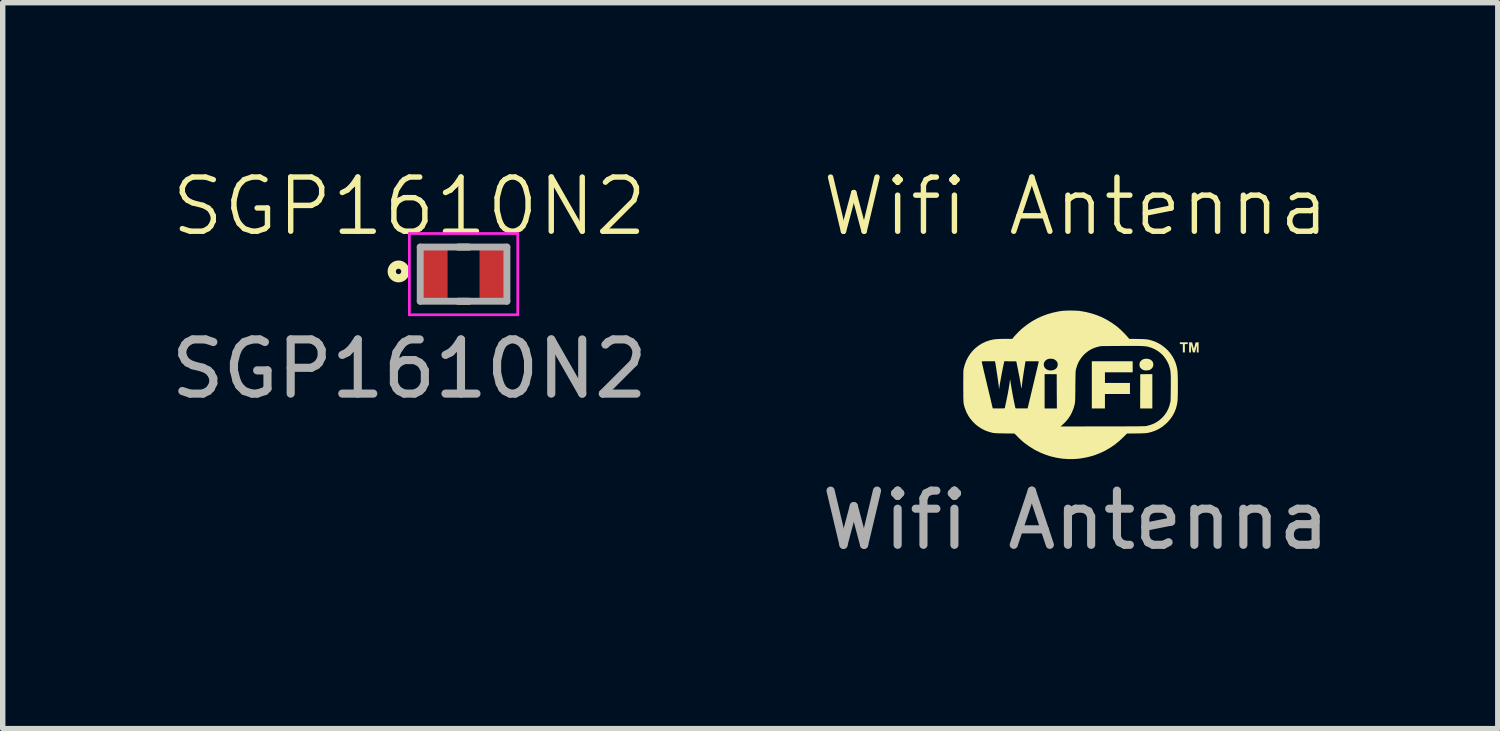
<source format=kicad_pcb>
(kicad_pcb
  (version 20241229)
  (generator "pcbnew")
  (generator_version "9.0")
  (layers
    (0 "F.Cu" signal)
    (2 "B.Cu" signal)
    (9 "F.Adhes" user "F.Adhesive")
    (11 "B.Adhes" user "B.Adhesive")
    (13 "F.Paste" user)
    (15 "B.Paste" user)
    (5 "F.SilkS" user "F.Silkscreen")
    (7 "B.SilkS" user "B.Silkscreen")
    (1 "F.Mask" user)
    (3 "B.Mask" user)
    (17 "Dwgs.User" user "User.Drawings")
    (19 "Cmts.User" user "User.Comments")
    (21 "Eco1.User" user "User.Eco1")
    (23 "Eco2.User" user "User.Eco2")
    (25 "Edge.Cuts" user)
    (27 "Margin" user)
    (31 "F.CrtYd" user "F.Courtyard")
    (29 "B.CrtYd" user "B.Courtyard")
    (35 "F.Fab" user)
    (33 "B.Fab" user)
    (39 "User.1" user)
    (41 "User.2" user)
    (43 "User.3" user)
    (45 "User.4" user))
  (footprint "Wifi Antenna"
    (layer "F.Cu")
    (at 16.804 4.051)
    (property "Reference" "Wifi Antenna" (at 0 -3.29 0) (unlocked yes) (layer "F.SilkS") (effects (font (size 1 1) (thickness 0.1))))
    (fp_poly (pts (xy 1.415 0.121) (xy 1.415 0.438) (xy 1.302 0.438) (xy 1.19 0.438) (xy 1.191 0.122) (xy 1.192 -0.194) (xy 1.304 -0.195) (xy 1.415 -0.196)) (stroke (width 0) (type solid)) (fill yes) (layer "F.SilkS"))
    (fp_poly (pts (xy 2.069 -0.767) (xy 2.069 -0.75) (xy 2.042 -0.75) (xy 2.015 -0.75) (xy 2.015 -0.673) (xy 2.015 -0.596) (xy 1.996 -0.596) (xy 1.978 -0.596) (xy 1.978 -0.673) (xy 1.978 -0.75) (xy 1.95 -0.75) (xy 1.923 -0.75) (xy 1.923 -0.767) (xy 1.923 -0.783) (xy 1.996 -0.783) (xy 2.069 -0.783)) (stroke (width 0) (type solid)) (fill yes) (layer "F.SilkS"))
    (fp_poly (pts (xy 1.052 -0.331) (xy 1.052 -0.229) (xy 0.796 -0.229) (xy 0.54 -0.229) (xy 0.54 -0.131) (xy 0.54 -0.033) (xy 0.771 -0.033) (xy 1.002 -0.033) (xy 1.002 0.069) (xy 1.002 0.171) (xy 0.771 0.171) (xy 0.54 0.171) (xy 0.54 0.304) (xy 0.54 0.438) (xy 0.419 0.438) (xy 0.298 0.438) (xy 0.298 0.002) (xy 0.298 -0.433) (xy 0.675 -0.433) (xy 1.052 -0.433)) (stroke (width 0) (type solid)) (fill yes) (layer "F.SilkS"))
    (fp_poly (pts (xy 1.344 -0.476) (xy 1.372 -0.467) (xy 1.395 -0.453) (xy 1.414 -0.434) (xy 1.419 -0.428) (xy 1.43 -0.402) (xy 1.434 -0.375) (xy 1.431 -0.348) (xy 1.421 -0.323) (xy 1.405 -0.301) (xy 1.384 -0.283) (xy 1.368 -0.275) (xy 1.346 -0.268) (xy 1.32 -0.265) (xy 1.293 -0.264) (xy 1.268 -0.266) (xy 1.259 -0.268) (xy 1.232 -0.28) (xy 1.208 -0.298) (xy 1.192 -0.316) (xy 1.185 -0.328) (xy 1.181 -0.34) (xy 1.179 -0.355) (xy 1.178 -0.363) (xy 1.179 -0.391) (xy 1.185 -0.414) (xy 1.198 -0.434) (xy 1.208 -0.445) (xy 1.23 -0.462) (xy 1.256 -0.473) (xy 1.285 -0.479) (xy 1.315 -0.48)) (stroke (width 0) (type solid)) (fill yes) (layer "F.SilkS"))
    (fp_poly (pts (xy 2.269 -0.69) (xy 2.269 -0.596) (xy 2.252 -0.596) (xy 2.236 -0.596) (xy 2.235 -0.664) (xy 2.235 -0.731) (xy 2.218 -0.663) (xy 2.201 -0.595) (xy 2.182 -0.597) (xy 2.163 -0.598) (xy 2.146 -0.665) (xy 2.128 -0.731) (xy 2.128 -0.664) (xy 2.127 -0.596) (xy 2.111 -0.596) (xy 2.094 -0.596) (xy 2.094 -0.69) (xy 2.094 -0.784) (xy 2.122 -0.782) (xy 2.15 -0.781) (xy 2.165 -0.724) (xy 2.17 -0.703) (xy 2.175 -0.686) (xy 2.179 -0.674) (xy 2.182 -0.667) (xy 2.182 -0.667) (xy 2.184 -0.67) (xy 2.187 -0.681) (xy 2.192 -0.697) (xy 2.197 -0.716) (xy 2.199 -0.724) (xy 2.213 -0.781) (xy 2.241 -0.782) (xy 2.269 -0.784)) (stroke (width 0) (type solid)) (fill yes) (layer "F.SilkS"))
    (fp_poly (pts (xy -0.038 -1.368) (xy 0.002 -1.367) (xy 0.038 -1.365) (xy 0.069 -1.363) (xy 0.081 -1.361) (xy 0.191 -1.342) (xy 0.296 -1.315) (xy 0.397 -1.282) (xy 0.494 -1.241) (xy 0.586 -1.193) (xy 0.675 -1.137) (xy 0.761 -1.075) (xy 0.792 -1.049) (xy 0.811 -1.032) (xy 0.834 -1.011) (xy 0.859 -0.987) (xy 0.885 -0.961) (xy 0.909 -0.936) (xy 0.932 -0.912) (xy 0.95 -0.892) (xy 0.96 -0.881) (xy 0.988 -0.847) (xy 1.136 -0.845) (xy 1.181 -0.844) (xy 1.219 -0.843) (xy 1.251 -0.842) (xy 1.279 -0.84) (xy 1.302 -0.838) (xy 1.323 -0.836) (xy 1.343 -0.832) (xy 1.362 -0.828) (xy 1.382 -0.823) (xy 1.39 -0.821) (xy 1.459 -0.798) (xy 1.525 -0.767) (xy 1.587 -0.73) (xy 1.644 -0.687) (xy 1.696 -0.639) (xy 1.743 -0.585) (xy 1.784 -0.527) (xy 1.818 -0.465) (xy 1.846 -0.399) (xy 1.866 -0.33) (xy 1.869 -0.315) (xy 1.873 -0.297) (xy 1.876 -0.279) (xy 1.878 -0.26) (xy 1.88 -0.239) (xy 1.882 -0.216) (xy 1.883 -0.189) (xy 1.884 -0.158) (xy 1.885 -0.123) (xy 1.886 -0.081) (xy 1.886 -0.033) (xy 1.886 0.022) (xy 1.886 0.027) (xy 1.886 0.083) (xy 1.886 0.132) (xy 1.885 0.174) (xy 1.884 0.21) (xy 1.883 0.241) (xy 1.882 0.268) (xy 1.881 0.291) (xy 1.878 0.312) (xy 1.876 0.332) (xy 1.873 0.35) (xy 1.869 0.368) (xy 1.869 0.37) (xy 1.851 0.439) (xy 1.825 0.505) (xy 1.792 0.568) (xy 1.752 0.627) (xy 1.706 0.682) (xy 1.655 0.731) (xy 1.599 0.776) (xy 1.539 0.814) (xy 1.474 0.846) (xy 1.406 0.87) (xy 1.388 0.875) (xy 1.369 0.88) (xy 1.352 0.884) (xy 1.335 0.888) (xy 1.318 0.891) (xy 1.299 0.893) (xy 1.277 0.895) (xy 1.252 0.896) (xy 1.222 0.897) (xy 1.187 0.898) (xy 1.145 0.898) (xy 1.118 0.899) (xy 0.947 0.901) (xy 0.882 0.966) (xy 0.803 1.04) (xy 0.72 1.107) (xy 0.633 1.166) (xy 0.543 1.218) (xy 0.448 1.263) (xy 0.349 1.301) (xy 0.328 1.308) (xy 0.237 1.333) (xy 0.144 1.352) (xy 0.049 1.366) (xy -0.046 1.372) (xy -0.138 1.372) (xy -0.143 1.372) (xy -0.251 1.364) (xy -0.357 1.347) (xy -0.46 1.323) (xy -0.561 1.29) (xy -0.659 1.25) (xy -0.754 1.202) (xy -0.846 1.146) (xy -0.934 1.083) (xy -0.954 1.068) (xy -0.971 1.054) (xy -0.993 1.035) (xy -1.016 1.013) (xy -1.041 0.99) (xy -1.063 0.968) (xy -1.065 0.966) (xy -1.13 0.901) (xy -1.307 0.899) (xy -1.354 0.898) (xy -1.393 0.897) (xy -1.427 0.897) (xy -1.455 0.895) (xy -1.479 0.894) (xy -1.499 0.892) (xy -1.518 0.89) (xy -1.535 0.887) (xy -1.552 0.883) (xy -1.57 0.878) (xy -1.59 0.873) (xy -1.591 0.873) (xy -1.66 0.849) (xy -1.725 0.818) (xy -1.786 0.78) (xy -1.798 0.771) (xy -0.279 0.771) (xy 0.498 0.769) (xy 0.594 0.769) (xy 0.681 0.769) (xy 0.76 0.769) (xy 0.833 0.769) (xy 0.898 0.769) (xy 0.957 0.768) (xy 1.01 0.768) (xy 1.057 0.768) (xy 1.099 0.768) (xy 1.135 0.768) (xy 1.167 0.767) (xy 1.195 0.767) (xy 1.218 0.766) (xy 1.238 0.766) (xy 1.255 0.766) (xy 1.269 0.765) (xy 1.28 0.764) (xy 1.289 0.764) (xy 1.297 0.763) (xy 1.303 0.762) (xy 1.308 0.762) (xy 1.309 0.761) (xy 1.377 0.743) (xy 1.441 0.719) (xy 1.499 0.687) (xy 1.553 0.648) (xy 1.596 0.61) (xy 1.639 0.562) (xy 1.675 0.51) (xy 1.705 0.455) (xy 1.728 0.395) (xy 1.745 0.332) (xy 1.747 0.324) (xy 1.749 0.315) (xy 1.75 0.305) (xy 1.751 0.294) (xy 1.752 0.28) (xy 1.753 0.263) (xy 1.753 0.243) (xy 1.754 0.217) (xy 1.754 0.187) (xy 1.755 0.15) (xy 1.755 0.106) (xy 1.756 0.063) (xy 1.756 0.005) (xy 1.756 -0.047) (xy 1.756 -0.091) (xy 1.756 -0.13) (xy 1.755 -0.163) (xy 1.754 -0.191) (xy 1.752 -0.216) (xy 1.75 -0.237) (xy 1.748 -0.256) (xy 1.745 -0.274) (xy 1.742 -0.291) (xy 1.738 -0.305) (xy 1.718 -0.369) (xy 1.69 -0.429) (xy 1.656 -0.485) (xy 1.616 -0.536) (xy 1.57 -0.581) (xy 1.518 -0.621) (xy 1.462 -0.654) (xy 1.402 -0.681) (xy 1.345 -0.698) (xy 1.333 -0.701) (xy 1.32 -0.704) (xy 1.306 -0.707) (xy 1.292 -0.709) (xy 1.276 -0.71) (xy 1.258 -0.712) (xy 1.237 -0.713) (xy 1.212 -0.714) (xy 1.184 -0.715) (xy 1.152 -0.716) (xy 1.114 -0.716) (xy 1.071 -0.716) (xy 1.021 -0.716) (xy 0.965 -0.716) (xy 0.902 -0.716) (xy 0.84 -0.716) (xy 0.776 -0.715) (xy 0.72 -0.715) (xy 0.671 -0.715) (xy 0.628 -0.714) (xy 0.592 -0.714) (xy 0.561 -0.714) (xy 0.535 -0.713) (xy 0.513 -0.713) (xy 0.496 -0.712) (xy 0.481 -0.712) (xy 0.469 -0.711) (xy 0.459 -0.71) (xy 0.451 -0.709) (xy 0.443 -0.708) (xy 0.436 -0.706) (xy 0.432 -0.705) (xy 0.377 -0.691) (xy 0.327 -0.673) (xy 0.279 -0.65) (xy 0.232 -0.621) (xy 0.18 -0.581) (xy 0.134 -0.535) (xy 0.094 -0.484) (xy 0.059 -0.428) (xy 0.032 -0.368) (xy 0.011 -0.304) (xy 0.006 -0.284) (xy 0.004 -0.276) (xy 0.003 -0.268) (xy 0.001 -0.259) (xy 0.000287 -0.249) (xy -0.001 -0.237) (xy -0.002 -0.222) (xy -0.002 -0.204) (xy -0.003 -0.182) (xy -0.003 -0.156) (xy -0.004 -0.124) (xy -0.004 -0.086) (xy -0.005 -0.042) (xy -0.006 0.01) (xy -0.006 0.037) (xy -0.006 0.093) (xy -0.007 0.141) (xy -0.007 0.182) (xy -0.008 0.216) (xy -0.008 0.245) (xy -0.009 0.269) (xy -0.01 0.289) (xy -0.011 0.305) (xy -0.011 0.318) (xy -0.012 0.329) (xy -0.014 0.339) (xy -0.015 0.347) (xy -0.017 0.355) (xy -0.018 0.36) (xy -0.038 0.434) (xy -0.066 0.504) (xy -0.1 0.57) (xy -0.14 0.63) (xy -0.188 0.686) (xy -0.193 0.691) (xy -0.21 0.708) (xy -0.228 0.725) (xy -0.244 0.74) (xy -0.254 0.749) (xy -0.279 0.771) (xy -1.798 0.771) (xy -1.843 0.736) (xy -1.895 0.686) (xy -1.942 0.631) (xy -1.982 0.572) (xy -2.016 0.508) (xy -2.042 0.44) (xy -2.043 0.438) (xy -2.049 0.42) (xy -2.054 0.404) (xy -2.058 0.389) (xy -2.062 0.374) (xy -2.065 0.359) (xy -2.068 0.343) (xy -2.07 0.325) (xy -2.071 0.304) (xy -2.072 0.28) (xy -2.073 0.253) (xy -2.074 0.22) (xy -2.074 0.182) (xy -2.074 0.138) (xy -2.075 0.088) (xy -2.075 0.029) (xy -2.075 0.023) (xy -2.075 -0.033) (xy -2.075 -0.081) (xy -2.074 -0.121) (xy -2.074 -0.156) (xy -2.074 -0.185) (xy -2.074 -0.209) (xy -2.073 -0.229) (xy -2.073 -0.245) (xy -2.072 -0.258) (xy -2.071 -0.269) (xy -2.07 -0.278) (xy -2.069 -0.287) (xy -2.067 -0.295) (xy -2.065 -0.304) (xy -2.045 -0.377) (xy -2.026 -0.428) (xy -1.735 -0.428) (xy -1.734 -0.423) (xy -1.731 -0.411) (xy -1.727 -0.391) (xy -1.721 -0.366) (xy -1.713 -0.334) (xy -1.705 -0.297) (xy -1.695 -0.254) (xy -1.684 -0.208) (xy -1.672 -0.158) (xy -1.659 -0.104) (xy -1.646 -0.048) (xy -1.633 0.006) (xy -1.619 0.064) (xy -1.606 0.12) (xy -1.593 0.173) (xy -1.581 0.223) (xy -1.57 0.268) (xy -1.561 0.31) (xy -1.552 0.346) (xy -1.545 0.377) (xy -1.539 0.402) (xy -1.534 0.421) (xy -1.532 0.432) (xy -1.531 0.436) (xy -1.527 0.436) (xy -1.516 0.437) (xy -1.498 0.437) (xy -1.476 0.437) (xy -1.449 0.437) (xy -1.421 0.438) (xy -1.387 0.437) (xy -1.362 0.437) (xy -1.342 0.437) (xy -1.328 0.436) (xy -1.319 0.436) (xy -1.313 0.434) (xy -1.31 0.433) (xy -1.308 0.431) (xy -1.308 0.43) (xy -1.306 0.423) (xy -1.303 0.409) (xy -1.299 0.388) (xy -1.294 0.363) (xy -1.288 0.335) (xy -1.281 0.304) (xy -1.275 0.273) (xy -1.268 0.241) (xy -1.262 0.21) (xy -1.256 0.181) (xy -1.251 0.156) (xy -1.247 0.136) (xy -1.246 0.126) (xy -1.24 0.096) (xy -1.235 0.065) (xy -1.23 0.034) (xy -1.225 0.004) (xy -1.221 -0.023) (xy -1.218 -0.047) (xy -1.215 -0.065) (xy -1.214 -0.077) (xy -1.214 -0.08) (xy -1.213 -0.089) (xy -1.212 -0.092) (xy -1.209 -0.088) (xy -1.206 -0.079) (xy -1.204 -0.065) (xy -1.204 -0.064) (xy -1.202 -0.046) (xy -1.198 -0.021) (xy -1.193 0.009) (xy -1.187 0.044) (xy -1.181 0.083) (xy -1.173 0.124) (xy -1.166 0.166) (xy -1.158 0.209) (xy -1.15 0.251) (xy -1.142 0.291) (xy -1.134 0.329) (xy -1.127 0.362) (xy -1.121 0.391) (xy -1.116 0.414) (xy -1.112 0.429) (xy -1.112 0.43) (xy -1.11 0.432) (xy -1.108 0.434) (xy -1.102 0.435) (xy -1.094 0.436) (xy -1.08 0.437) (xy -1.062 0.437) (xy -1.037 0.437) (xy -1.005 0.437) (xy -0.998 0.437) (xy -0.887 0.437) (xy -0.785 0.009) (xy -0.771 -0.049) (xy -0.758 -0.105) (xy -0.745 -0.159) (xy -0.736 -0.196) (xy -0.573 -0.196) (xy -0.573 0.121) (xy -0.573 0.438) (xy -0.46 0.438) (xy -0.347 0.438) (xy -0.349 0.122) (xy -0.35 -0.194) (xy -0.461 -0.195) (xy -0.573 -0.196) (xy -0.736 -0.196) (xy -0.733 -0.209) (xy -0.722 -0.255) (xy -0.712 -0.297) (xy -0.704 -0.334) (xy -0.696 -0.365) (xy -0.694 -0.374) (xy -0.589 -0.374) (xy -0.586 -0.347) (xy -0.576 -0.323) (xy -0.561 -0.302) (xy -0.54 -0.285) (xy -0.515 -0.272) (xy -0.486 -0.265) (xy -0.455 -0.263) (xy -0.421 -0.268) (xy -0.417 -0.269) (xy -0.387 -0.28) (xy -0.364 -0.297) (xy -0.346 -0.318) (xy -0.335 -0.343) (xy -0.331 -0.371) (xy -0.335 -0.401) (xy -0.335 -0.403) (xy -0.345 -0.424) (xy -0.361 -0.444) (xy -0.382 -0.46) (xy -0.405 -0.472) (xy -0.408 -0.473) (xy -0.437 -0.479) (xy -0.469 -0.48) (xy -0.499 -0.477) (xy -0.514 -0.473) (xy -0.536 -0.462) (xy -0.556 -0.447) (xy -0.572 -0.428) (xy -0.583 -0.408) (xy -0.585 -0.403) (xy -0.589 -0.374) (xy -0.694 -0.374) (xy -0.69 -0.391) (xy -0.685 -0.41) (xy -0.683 -0.422) (xy -0.682 -0.426) (xy -0.682 -0.428) (xy -0.683 -0.43) (xy -0.687 -0.431) (xy -0.695 -0.432) (xy -0.706 -0.433) (xy -0.723 -0.433) (xy -0.745 -0.433) (xy -0.775 -0.433) (xy -0.803 -0.433) (xy -0.926 -0.433) (xy -0.928 -0.42) (xy -0.931 -0.402) (xy -0.936 -0.377) (xy -0.94 -0.347) (xy -0.946 -0.312) (xy -0.952 -0.275) (xy -0.958 -0.235) (xy -0.964 -0.195) (xy -0.97 -0.156) (xy -0.975 -0.119) (xy -0.98 -0.086) (xy -0.984 -0.057) (xy -0.987 -0.035) (xy -0.987 -0.031) (xy -0.992 0.003) (xy -0.995 0.029) (xy -0.998 0.048) (xy -1 0.06) (xy -1.002 0.067) (xy -1.003 0.068) (xy -1.004 0.065) (xy -1.005 0.058) (xy -1.007 0.048) (xy -1.012 0.013) (xy -1.018 -0.029) (xy -1.027 -0.078) (xy -1.036 -0.133) (xy -1.048 -0.192) (xy -1.06 -0.255) (xy -1.065 -0.281) (xy -1.096 -0.431) (xy -1.207 -0.432) (xy -1.318 -0.433) (xy -1.322 -0.412) (xy -1.332 -0.367) (xy -1.342 -0.321) (xy -1.351 -0.272) (xy -1.361 -0.223) (xy -1.37 -0.175) (xy -1.379 -0.128) (xy -1.387 -0.084) (xy -1.394 -0.043) (xy -1.4 -0.008) (xy -1.405 0.023) (xy -1.408 0.046) (xy -1.408 0.052) (xy -1.41 0.066) (xy -1.411 0.075) (xy -1.412 0.078) (xy -1.413 0.074) (xy -1.415 0.063) (xy -1.417 0.048) (xy -1.418 0.035) (xy -1.421 0.015) (xy -1.424 -0.012) (xy -1.429 -0.044) (xy -1.434 -0.079) (xy -1.439 -0.118) (xy -1.445 -0.158) (xy -1.451 -0.199) (xy -1.457 -0.239) (xy -1.463 -0.278) (xy -1.469 -0.315) (xy -1.474 -0.349) (xy -1.479 -0.378) (xy -1.483 -0.401) (xy -1.486 -0.418) (xy -1.487 -0.424) (xy -1.489 -0.433) (xy -1.612 -0.433) (xy -1.648 -0.433) (xy -1.677 -0.433) (xy -1.699 -0.433) (xy -1.715 -0.432) (xy -1.726 -0.431) (xy -1.732 -0.43) (xy -1.735 -0.429) (xy -1.735 -0.428) (xy -2.026 -0.428) (xy -2.018 -0.447) (xy -1.985 -0.512) (xy -1.945 -0.573) (xy -1.899 -0.629) (xy -1.847 -0.679) (xy -1.791 -0.723) (xy -1.73 -0.761) (xy -1.664 -0.793) (xy -1.594 -0.817) (xy -1.548 -0.829) (xy -1.524 -0.834) (xy -1.498 -0.838) (xy -1.469 -0.841) (xy -1.436 -0.843) (xy -1.398 -0.845) (xy -1.354 -0.846) (xy -1.303 -0.846) (xy -1.293 -0.846) (xy -1.17 -0.846) (xy -1.143 -0.88) (xy -1.124 -0.902) (xy -1.1 -0.928) (xy -1.073 -0.956) (xy -1.045 -0.985) (xy -1.017 -1.011) (xy -0.992 -1.034) (xy -0.982 -1.042) (xy -0.897 -1.109) (xy -0.809 -1.169) (xy -0.718 -1.22) (xy -0.623 -1.264) (xy -0.525 -1.301) (xy -0.423 -1.33) (xy -0.317 -1.353) (xy -0.264 -1.361) (xy -0.237 -1.364) (xy -0.203 -1.366) (xy -0.165 -1.368) (xy -0.123 -1.369) (xy -0.08 -1.369)) (stroke (width 0) (type solid)) (fill yes) (layer "F.SilkS"))
    (fp_text user "${REFERENCE}" (at 0 2.5 0) (unlocked yes) (layer "F.Fab") (effects (font (size 1 1) (thickness 0.15)))))
  (footprint "SGP1610N2"
    (layer "F.Cu")
    (at 5.506 2.01)
    (property "Reference" "SGP1610N2" (at -1 -1.25 0) (unlocked yes) (layer "F.SilkS") (effects (font (size 1 1) (thickness 0.1))))
    (attr smd)
    (fp_line (start -0.1 -0.5) (end 0.1 -0.5) (stroke (width 0.127) (type solid)) (layer "F.SilkS"))
    (fp_line (start -0.1 0.5) (end 0.1 0.5) (stroke (width 0.127) (type solid)) (layer "F.SilkS"))
    (fp_circle (center -1.2 -0.05) (end -1.15 -0.05) (stroke (width 0.152) (type solid)) (fill no) (layer "F.SilkS"))
    (fp_line (start -1 -0.75) (end 1 -0.75) (stroke (width 0.05) (type solid)) (layer "F.CrtYd"))
    (fp_line (start -1 0.75) (end -1 -0.75) (stroke (width 0.05) (type solid)) (layer "F.CrtYd"))
    (fp_line (start 1 -0.75) (end 1 0.75) (stroke (width 0.05) (type solid)) (layer "F.CrtYd"))
    (fp_line (start 1 0.75) (end -1 0.75) (stroke (width 0.05) (type solid)) (layer "F.CrtYd"))
    (fp_line (start -0.8 -0.5) (end 0.8 -0.5) (stroke (width 0.127) (type solid)) (layer "F.Fab"))
    (fp_line (start -0.8 0.5) (end -0.8 -0.5) (stroke (width 0.127) (type solid)) (layer "F.Fab"))
    (fp_line (start 0.8 -0.5) (end 0.8 0.5) (stroke (width 0.127) (type solid)) (layer "F.Fab"))
    (fp_line (start 0.8 0.5) (end -0.8 0.5) (stroke (width 0.127) (type solid)) (layer "F.Fab"))
    (fp_text user "${REFERENCE}" (at -1 1.75 0) (unlocked yes) (layer "F.Fab") (effects (font (size 1 1) (thickness 0.15))))
    (pad "1" smd rect (at -0.55 0 90) (size 1.01 0.51) (layers "F.Cu" "F.Mask" "F.Paste"))
    (pad "2" smd rect (at 0.55 0 90) (size 1.01 0.51) (layers "F.Cu" "F.Mask" "F.Paste")))
  (gr_rect
    (start -3 -3)
    (end 24.595 10.399)
    (stroke (width 0.1) (type default))
    (fill no)
    (layer "Edge.Cuts")))
</source>
